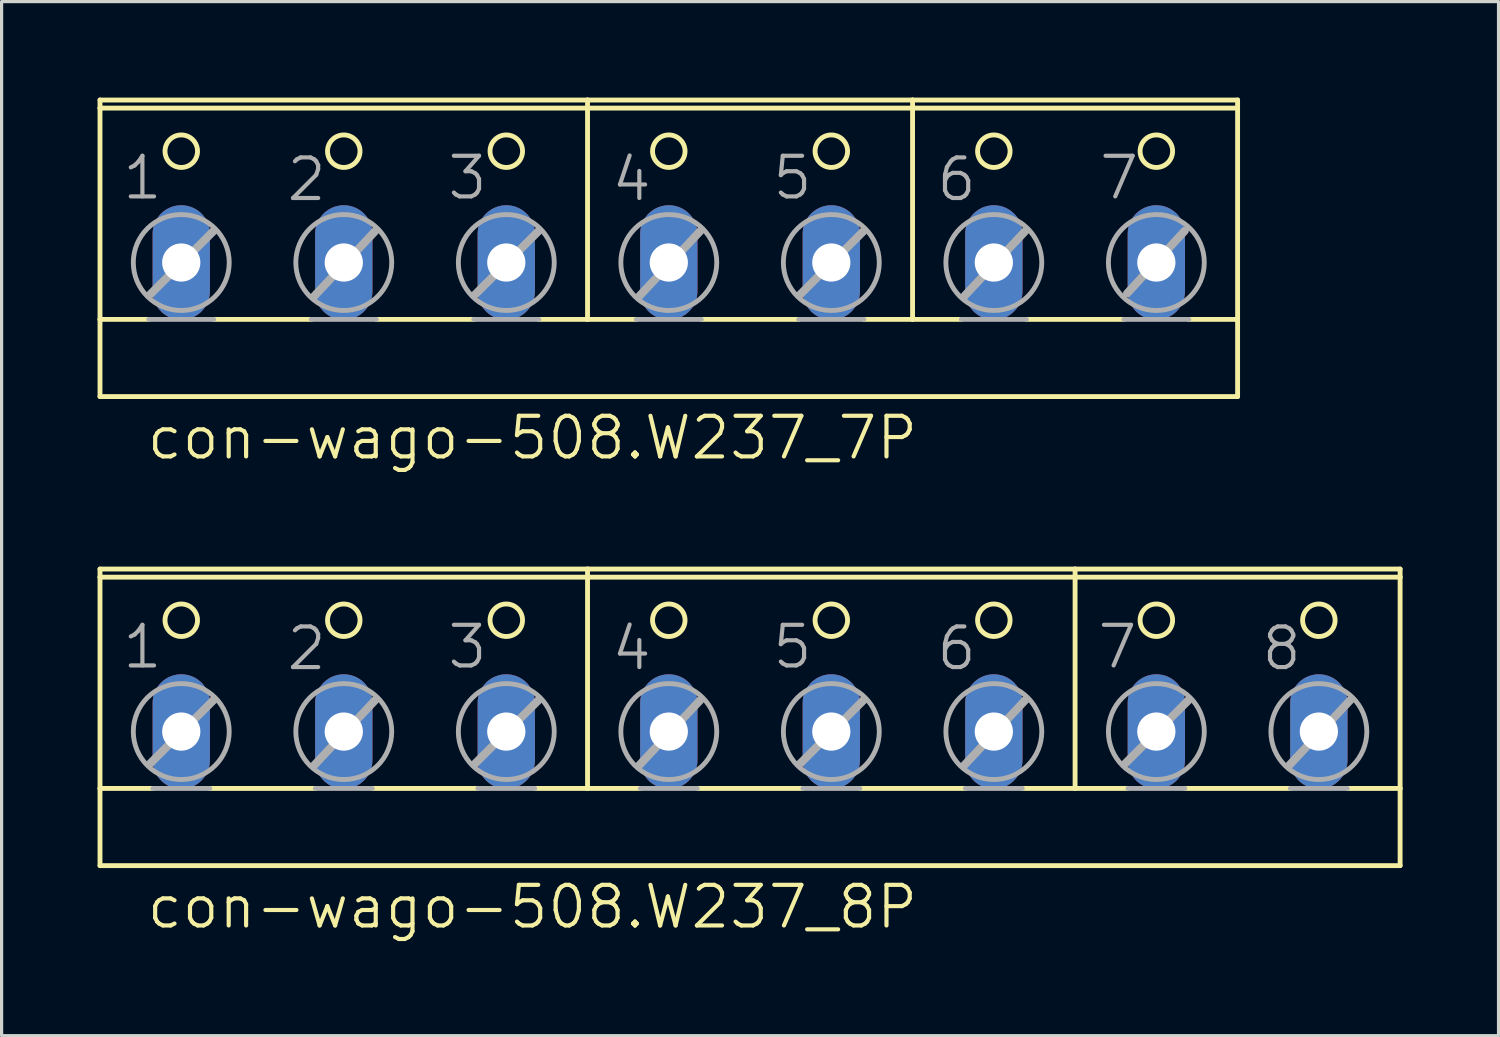
<source format=kicad_pcb>
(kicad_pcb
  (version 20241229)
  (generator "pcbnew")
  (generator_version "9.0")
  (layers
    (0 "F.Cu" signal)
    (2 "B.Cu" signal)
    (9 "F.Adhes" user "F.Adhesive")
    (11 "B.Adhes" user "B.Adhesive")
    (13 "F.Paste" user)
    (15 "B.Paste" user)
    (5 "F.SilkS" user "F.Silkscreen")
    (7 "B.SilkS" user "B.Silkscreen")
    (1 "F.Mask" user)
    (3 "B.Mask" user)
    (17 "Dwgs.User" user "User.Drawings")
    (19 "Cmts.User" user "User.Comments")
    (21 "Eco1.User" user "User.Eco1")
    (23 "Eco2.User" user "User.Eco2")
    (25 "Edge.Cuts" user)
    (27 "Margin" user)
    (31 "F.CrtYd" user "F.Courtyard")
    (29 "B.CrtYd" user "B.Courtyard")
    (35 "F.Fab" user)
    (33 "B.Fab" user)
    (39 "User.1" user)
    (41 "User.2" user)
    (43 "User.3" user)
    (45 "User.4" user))
  (footprint "con-wago-508.W237_8P"
    (layer "F.Cu")
    (at 20.396 19.183)
    (property "Reference" "con-wago-508.W237_8P" (at -18.923 6.858 0) (layer "F.SilkS") (effects (font (size 1.27 1.27) (thickness 0.13)) (justify left bottom)))
    (attr through_hole)
    (fp_line (start -20.32 -4.191) (end -20.32 -4.445) (stroke (width 0.152) (type default)) (layer "F.SilkS"))
    (fp_line (start -20.32 2.413) (end -20.32 -4.191) (stroke (width 0.152) (type default)) (layer "F.SilkS"))
    (fp_line (start -20.32 2.413) (end -18.669 2.413) (stroke (width 0.152) (type default)) (layer "F.SilkS"))
    (fp_line (start -20.32 4.826) (end -20.32 2.413) (stroke (width 0.152) (type default)) (layer "F.SilkS"))
    (fp_line (start -20.32 4.826) (end 20.32 4.826) (stroke (width 0.152) (type default)) (layer "F.SilkS"))
    (fp_line (start -16.891 2.413) (end -13.589 2.413) (stroke (width 0.152) (type default)) (layer "F.SilkS"))
    (fp_line (start -11.811 2.413) (end -8.509 2.413) (stroke (width 0.152) (type default)) (layer "F.SilkS"))
    (fp_line (start -6.731 2.413) (end -5.08 2.413) (stroke (width 0.152) (type default)) (layer "F.SilkS"))
    (fp_line (start -5.08 -4.445) (end -20.32 -4.445) (stroke (width 0.152) (type default)) (layer "F.SilkS"))
    (fp_line (start -5.08 -4.445) (end -5.08 2.413) (stroke (width 0.152) (type default)) (layer "F.SilkS"))
    (fp_line (start -5.08 2.413) (end -3.429 2.413) (stroke (width 0.152) (type default)) (layer "F.SilkS"))
    (fp_line (start -1.651 2.413) (end 1.651 2.413) (stroke (width 0.152) (type default)) (layer "F.SilkS"))
    (fp_line (start 3.429 2.413) (end 6.731 2.413) (stroke (width 0.152) (type default)) (layer "F.SilkS"))
    (fp_line (start 8.509 2.413) (end 10.16 2.413) (stroke (width 0.152) (type default)) (layer "F.SilkS"))
    (fp_line (start 10.16 -4.445) (end -5.08 -4.445) (stroke (width 0.152) (type default)) (layer "F.SilkS"))
    (fp_line (start 10.16 -4.445) (end 10.16 2.413) (stroke (width 0.152) (type default)) (layer "F.SilkS"))
    (fp_line (start 10.16 2.413) (end 11.811 2.413) (stroke (width 0.152) (type default)) (layer "F.SilkS"))
    (fp_line (start 13.589 2.413) (end 16.891 2.413) (stroke (width 0.152) (type default)) (layer "F.SilkS"))
    (fp_line (start 18.669 2.413) (end 20.32 2.413) (stroke (width 0.152) (type default)) (layer "F.SilkS"))
    (fp_line (start 20.32 -4.445) (end 10.16 -4.445) (stroke (width 0.152) (type default)) (layer "F.SilkS"))
    (fp_line (start 20.32 -4.445) (end 20.32 -4.191) (stroke (width 0.152) (type default)) (layer "F.SilkS"))
    (fp_line (start 20.32 -4.191) (end -20.32 -4.191) (stroke (width 0.152) (type default)) (layer "F.SilkS"))
    (fp_line (start 20.32 -4.191) (end 20.32 2.413) (stroke (width 0.152) (type default)) (layer "F.SilkS"))
    (fp_line (start 20.32 2.413) (end 20.32 4.826) (stroke (width 0.152) (type default)) (layer "F.SilkS"))
    (fp_circle (center -17.78 -2.845) (end -17.272 -2.845) (stroke (width 0.152) (type default)) (fill no) (layer "F.SilkS"))
    (fp_circle (center -12.7 -2.845) (end -12.192 -2.845) (stroke (width 0.152) (type default)) (fill no) (layer "F.SilkS"))
    (fp_circle (center -7.62 -2.845) (end -7.112 -2.845) (stroke (width 0.152) (type default)) (fill no) (layer "F.SilkS"))
    (fp_circle (center -2.54 -2.845) (end -2.032 -2.845) (stroke (width 0.152) (type default)) (fill no) (layer "F.SilkS"))
    (fp_circle (center 2.54 -2.845) (end 3.048 -2.845) (stroke (width 0.152) (type default)) (fill no) (layer "F.SilkS"))
    (fp_circle (center 7.62 -2.845) (end 8.128 -2.845) (stroke (width 0.152) (type default)) (fill no) (layer "F.SilkS"))
    (fp_circle (center 12.7 -2.845) (end 13.208 -2.845) (stroke (width 0.152) (type default)) (fill no) (layer "F.SilkS"))
    (fp_circle (center 17.78 -2.845) (end 18.288 -2.845) (stroke (width 0.152) (type default)) (fill no) (layer "F.SilkS"))
    (fp_line (start -18.771 1.651) (end -16.764 -0.356) (stroke (width 0.254) (type default)) (layer "F.Fab"))
    (fp_line (start -18.669 2.413) (end -16.891 2.413) (stroke (width 0.152) (type default)) (layer "F.Fab"))
    (fp_line (start -13.614 1.676) (end -11.709 -0.356) (stroke (width 0.254) (type default)) (layer "F.Fab"))
    (fp_line (start -13.589 2.413) (end -11.811 2.413) (stroke (width 0.152) (type default)) (layer "F.Fab"))
    (fp_line (start -8.611 1.651) (end -6.604 -0.356) (stroke (width 0.254) (type default)) (layer "F.Fab"))
    (fp_line (start -8.509 2.413) (end -6.731 2.413) (stroke (width 0.152) (type default)) (layer "F.Fab"))
    (fp_line (start -3.454 1.676) (end -1.549 -0.356) (stroke (width 0.254) (type default)) (layer "F.Fab"))
    (fp_line (start -3.429 2.413) (end -1.651 2.413) (stroke (width 0.152) (type default)) (layer "F.Fab"))
    (fp_line (start 1.549 1.651) (end 3.556 -0.356) (stroke (width 0.254) (type default)) (layer "F.Fab"))
    (fp_line (start 1.651 2.413) (end 3.429 2.413) (stroke (width 0.152) (type default)) (layer "F.Fab"))
    (fp_line (start 6.706 1.676) (end 8.611 -0.356) (stroke (width 0.254) (type default)) (layer "F.Fab"))
    (fp_line (start 6.731 2.413) (end 8.509 2.413) (stroke (width 0.152) (type default)) (layer "F.Fab"))
    (fp_line (start 11.709 1.651) (end 13.716 -0.356) (stroke (width 0.254) (type default)) (layer "F.Fab"))
    (fp_line (start 11.811 2.413) (end 13.589 2.413) (stroke (width 0.152) (type default)) (layer "F.Fab"))
    (fp_line (start 16.866 1.676) (end 18.771 -0.356) (stroke (width 0.254) (type default)) (layer "F.Fab"))
    (fp_line (start 16.891 2.413) (end 18.669 2.413) (stroke (width 0.152) (type default)) (layer "F.Fab"))
    (fp_circle (center -17.78 0.635) (end -16.281 0.635) (stroke (width 0.152) (type default)) (fill no) (layer "F.Fab"))
    (fp_circle (center -12.7 0.635) (end -11.201 0.635) (stroke (width 0.152) (type default)) (fill no) (layer "F.Fab"))
    (fp_circle (center -7.62 0.635) (end -6.121 0.635) (stroke (width 0.152) (type default)) (fill no) (layer "F.Fab"))
    (fp_circle (center -2.54 0.635) (end -1.041 0.635) (stroke (width 0.152) (type default)) (fill no) (layer "F.Fab"))
    (fp_circle (center 2.54 0.635) (end 4.039 0.635) (stroke (width 0.152) (type default)) (fill no) (layer "F.Fab"))
    (fp_circle (center 7.62 0.635) (end 9.119 0.635) (stroke (width 0.152) (type default)) (fill no) (layer "F.Fab"))
    (fp_circle (center 12.7 0.635) (end 14.199 0.635) (stroke (width 0.152) (type default)) (fill no) (layer "F.Fab"))
    (fp_circle (center 17.78 0.635) (end 19.279 0.635) (stroke (width 0.152) (type default)) (fill no) (layer "F.Fab"))
    (fp_text user "6" (at 5.766 -1.219 0) (layer "F.Fab") (effects (font (size 1.27 1.27) (thickness 0.13)) (justify left bottom)))
    (fp_text user "8" (at 15.926 -1.219 0) (layer "F.Fab") (effects (font (size 1.27 1.27) (thickness 0.13)) (justify left bottom)))
    (fp_text user "3" (at -9.525 -1.27 0) (layer "F.Fab") (effects (font (size 1.27 1.27) (thickness 0.13)) (justify left bottom)))
    (fp_text user "2" (at -14.554 -1.219 0) (layer "F.Fab") (effects (font (size 1.27 1.27) (thickness 0.13)) (justify left bottom)))
    (fp_text user "1" (at -19.685 -1.27 0) (layer "F.Fab") (effects (font (size 1.27 1.27) (thickness 0.13)) (justify left bottom)))
    (fp_text user "5" (at 0.635 -1.27 0) (layer "F.Fab") (effects (font (size 1.27 1.27) (thickness 0.13)) (justify left bottom)))
    (fp_text user "7" (at 10.795 -1.27 0) (layer "F.Fab") (effects (font (size 1.27 1.27) (thickness 0.13)) (justify left bottom)))
    (fp_text user "4" (at -4.394 -1.219 0) (layer "F.Fab") (effects (font (size 1.27 1.27) (thickness 0.13)) (justify left bottom)))
    (pad "1" thru_hole oval (at -17.78 0.635 90) (size 3.581 1.791) (drill 1.194) (layers "*.Cu" "*.Mask"))
    (pad "2" thru_hole oval (at -12.7 0.635 90) (size 3.581 1.791) (drill 1.194) (layers "*.Cu" "*.Mask"))
    (pad "3" thru_hole oval (at -7.62 0.635 90) (size 3.581 1.791) (drill 1.194) (layers "*.Cu" "*.Mask"))
    (pad "4" thru_hole oval (at -2.54 0.635 90) (size 3.581 1.791) (drill 1.194) (layers "*.Cu" "*.Mask"))
    (pad "5" thru_hole oval (at 2.54 0.635 90) (size 3.581 1.791) (drill 1.194) (layers "*.Cu" "*.Mask"))
    (pad "6" thru_hole oval (at 7.62 0.635 90) (size 3.581 1.791) (drill 1.194) (layers "*.Cu" "*.Mask"))
    (pad "7" thru_hole oval (at 12.7 0.635 90) (size 3.581 1.791) (drill 1.194) (layers "*.Cu" "*.Mask"))
    (pad "8" thru_hole oval (at 17.78 0.635 90) (size 3.581 1.791) (drill 1.194) (layers "*.Cu" "*.Mask")))
  (footprint "con-wago-508.W237_7P"
    (layer "F.Cu")
    (at 17.856 4.521)
    (property "Reference" "con-wago-508.W237_7P" (at -16.383 6.858 0) (layer "F.SilkS") (effects (font (size 1.27 1.27) (thickness 0.13)) (justify left bottom)))
    (attr through_hole)
    (fp_line (start -17.78 -4.191) (end -17.78 -4.445) (stroke (width 0.152) (type default)) (layer "F.SilkS"))
    (fp_line (start -17.78 -4.191) (end 17.78 -4.191) (stroke (width 0.152) (type default)) (layer "F.SilkS"))
    (fp_line (start -17.78 2.413) (end -17.78 -4.191) (stroke (width 0.152) (type default)) (layer "F.SilkS"))
    (fp_line (start -17.78 2.413) (end -16.256 2.413) (stroke (width 0.152) (type default)) (layer "F.SilkS"))
    (fp_line (start -17.78 4.826) (end -17.78 2.413) (stroke (width 0.152) (type default)) (layer "F.SilkS"))
    (fp_line (start -17.78 4.826) (end 17.78 4.826) (stroke (width 0.152) (type default)) (layer "F.SilkS"))
    (fp_line (start -14.224 2.413) (end -11.176 2.413) (stroke (width 0.152) (type default)) (layer "F.SilkS"))
    (fp_line (start -9.144 2.413) (end -6.096 2.413) (stroke (width 0.152) (type default)) (layer "F.SilkS"))
    (fp_line (start -4.064 2.413) (end -2.54 2.413) (stroke (width 0.152) (type default)) (layer "F.SilkS"))
    (fp_line (start -2.54 -4.445) (end -17.78 -4.445) (stroke (width 0.152) (type default)) (layer "F.SilkS"))
    (fp_line (start -2.54 -4.445) (end -2.54 2.413) (stroke (width 0.152) (type default)) (layer "F.SilkS"))
    (fp_line (start -2.54 2.413) (end -1.016 2.413) (stroke (width 0.152) (type default)) (layer "F.SilkS"))
    (fp_line (start 1.016 2.413) (end 4.064 2.413) (stroke (width 0.152) (type default)) (layer "F.SilkS"))
    (fp_line (start 6.096 2.413) (end 7.62 2.413) (stroke (width 0.152) (type default)) (layer "F.SilkS"))
    (fp_line (start 7.62 -4.445) (end -2.54 -4.445) (stroke (width 0.152) (type default)) (layer "F.SilkS"))
    (fp_line (start 7.62 -4.445) (end 7.62 2.413) (stroke (width 0.152) (type default)) (layer "F.SilkS"))
    (fp_line (start 7.62 2.413) (end 9.144 2.413) (stroke (width 0.152) (type default)) (layer "F.SilkS"))
    (fp_line (start 11.176 2.413) (end 14.224 2.413) (stroke (width 0.152) (type default)) (layer "F.SilkS"))
    (fp_line (start 16.256 2.413) (end 17.78 2.413) (stroke (width 0.152) (type default)) (layer "F.SilkS"))
    (fp_line (start 17.78 -4.445) (end 7.62 -4.445) (stroke (width 0.152) (type default)) (layer "F.SilkS"))
    (fp_line (start 17.78 -4.445) (end 17.78 -4.191) (stroke (width 0.152) (type default)) (layer "F.SilkS"))
    (fp_line (start 17.78 -4.191) (end 17.78 2.413) (stroke (width 0.152) (type default)) (layer "F.SilkS"))
    (fp_line (start 17.78 2.413) (end 17.78 4.826) (stroke (width 0.152) (type default)) (layer "F.SilkS"))
    (fp_circle (center -15.24 -2.845) (end -14.732 -2.845) (stroke (width 0.152) (type default)) (fill no) (layer "F.SilkS"))
    (fp_circle (center -10.16 -2.845) (end -9.652 -2.845) (stroke (width 0.152) (type default)) (fill no) (layer "F.SilkS"))
    (fp_circle (center -5.08 -2.845) (end -4.572 -2.845) (stroke (width 0.152) (type default)) (fill no) (layer "F.SilkS"))
    (fp_circle (center 0 -2.845) (end 0.508 -2.845) (stroke (width 0.152) (type default)) (fill no) (layer "F.SilkS"))
    (fp_circle (center 5.08 -2.845) (end 5.588 -2.845) (stroke (width 0.152) (type default)) (fill no) (layer "F.SilkS"))
    (fp_circle (center 10.16 -2.845) (end 10.668 -2.845) (stroke (width 0.152) (type default)) (fill no) (layer "F.SilkS"))
    (fp_circle (center 15.24 -2.845) (end 15.748 -2.845) (stroke (width 0.152) (type default)) (fill no) (layer "F.SilkS"))
    (fp_line (start -16.256 2.413) (end -14.224 2.413) (stroke (width 0.152) (type default)) (layer "F.Fab"))
    (fp_line (start -16.231 1.651) (end -14.224 -0.356) (stroke (width 0.254) (type default)) (layer "F.Fab"))
    (fp_line (start -11.176 2.413) (end -9.144 2.413) (stroke (width 0.152) (type default)) (layer "F.Fab"))
    (fp_line (start -11.074 1.676) (end -9.169 -0.356) (stroke (width 0.254) (type default)) (layer "F.Fab"))
    (fp_line (start -6.096 2.413) (end -4.064 2.413) (stroke (width 0.152) (type default)) (layer "F.Fab"))
    (fp_line (start -6.071 1.651) (end -4.064 -0.356) (stroke (width 0.254) (type default)) (layer "F.Fab"))
    (fp_line (start -1.016 2.413) (end 1.016 2.413) (stroke (width 0.152) (type default)) (layer "F.Fab"))
    (fp_line (start -0.914 1.676) (end 0.991 -0.356) (stroke (width 0.254) (type default)) (layer "F.Fab"))
    (fp_line (start 4.064 2.413) (end 6.096 2.413) (stroke (width 0.152) (type default)) (layer "F.Fab"))
    (fp_line (start 4.089 1.651) (end 6.096 -0.356) (stroke (width 0.254) (type default)) (layer "F.Fab"))
    (fp_line (start 9.144 2.413) (end 11.176 2.413) (stroke (width 0.152) (type default)) (layer "F.Fab"))
    (fp_line (start 9.246 1.676) (end 11.151 -0.356) (stroke (width 0.254) (type default)) (layer "F.Fab"))
    (fp_line (start 14.224 2.413) (end 16.256 2.413) (stroke (width 0.152) (type default)) (layer "F.Fab"))
    (fp_line (start 14.326 1.6) (end 16.129 -0.356) (stroke (width 0.254) (type default)) (layer "F.Fab"))
    (fp_circle (center -15.24 0.635) (end -13.741 0.635) (stroke (width 0.152) (type default)) (fill no) (layer "F.Fab"))
    (fp_circle (center -10.16 0.635) (end -8.661 0.635) (stroke (width 0.152) (type default)) (fill no) (layer "F.Fab"))
    (fp_circle (center -5.08 0.635) (end -3.581 0.635) (stroke (width 0.152) (type default)) (fill no) (layer "F.Fab"))
    (fp_circle (center 0 0.635) (end 1.499 0.635) (stroke (width 0.152) (type default)) (fill no) (layer "F.Fab"))
    (fp_circle (center 5.08 0.635) (end 6.579 0.635) (stroke (width 0.152) (type default)) (fill no) (layer "F.Fab"))
    (fp_circle (center 10.16 0.635) (end 11.659 0.635) (stroke (width 0.152) (type default)) (fill no) (layer "F.Fab"))
    (fp_circle (center 15.24 0.635) (end 16.739 0.635) (stroke (width 0.152) (type default)) (fill no) (layer "F.Fab"))
    (fp_text user "4" (at -1.854 -1.219 0) (layer "F.Fab") (effects (font (size 1.27 1.27) (thickness 0.13)) (justify left bottom)))
    (fp_text user "2" (at -12.014 -1.219 0) (layer "F.Fab") (effects (font (size 1.27 1.27) (thickness 0.13)) (justify left bottom)))
    (fp_text user "6" (at 8.306 -1.219 0) (layer "F.Fab") (effects (font (size 1.27 1.27) (thickness 0.13)) (justify left bottom)))
    (fp_text user "3" (at -6.985 -1.27 0) (layer "F.Fab") (effects (font (size 1.27 1.27) (thickness 0.13)) (justify left bottom)))
    (fp_text user "7" (at 13.386 -1.27 0) (layer "F.Fab") (effects (font (size 1.27 1.27) (thickness 0.13)) (justify left bottom)))
    (fp_text user "1" (at -17.145 -1.27 0) (layer "F.Fab") (effects (font (size 1.27 1.27) (thickness 0.13)) (justify left bottom)))
    (fp_text user "5" (at 3.175 -1.27 0) (layer "F.Fab") (effects (font (size 1.27 1.27) (thickness 0.13)) (justify left bottom)))
    (pad "1" thru_hole oval (at -15.24 0.635 90) (size 3.581 1.791) (drill 1.194) (layers "*.Cu" "*.Mask"))
    (pad "2" thru_hole oval (at -10.16 0.635 90) (size 3.581 1.791) (drill 1.194) (layers "*.Cu" "*.Mask"))
    (pad "3" thru_hole oval (at -5.08 0.635 90) (size 3.581 1.791) (drill 1.194) (layers "*.Cu" "*.Mask"))
    (pad "4" thru_hole oval (at 0 0.635 90) (size 3.581 1.791) (drill 1.194) (layers "*.Cu" "*.Mask"))
    (pad "5" thru_hole oval (at 5.08 0.635 90) (size 3.581 1.791) (drill 1.194) (layers "*.Cu" "*.Mask"))
    (pad "6" thru_hole oval (at 10.16 0.635 90) (size 3.581 1.791) (drill 1.194) (layers "*.Cu" "*.Mask"))
    (pad "7" thru_hole oval (at 15.24 0.635 90) (size 3.581 1.791) (drill 1.194) (layers "*.Cu" "*.Mask")))
  (gr_rect
    (start -3 -3)
    (end 43.792 29.323)
    (stroke (width 0.1) (type default))
    (fill no)
    (layer "Edge.Cuts")))
</source>
